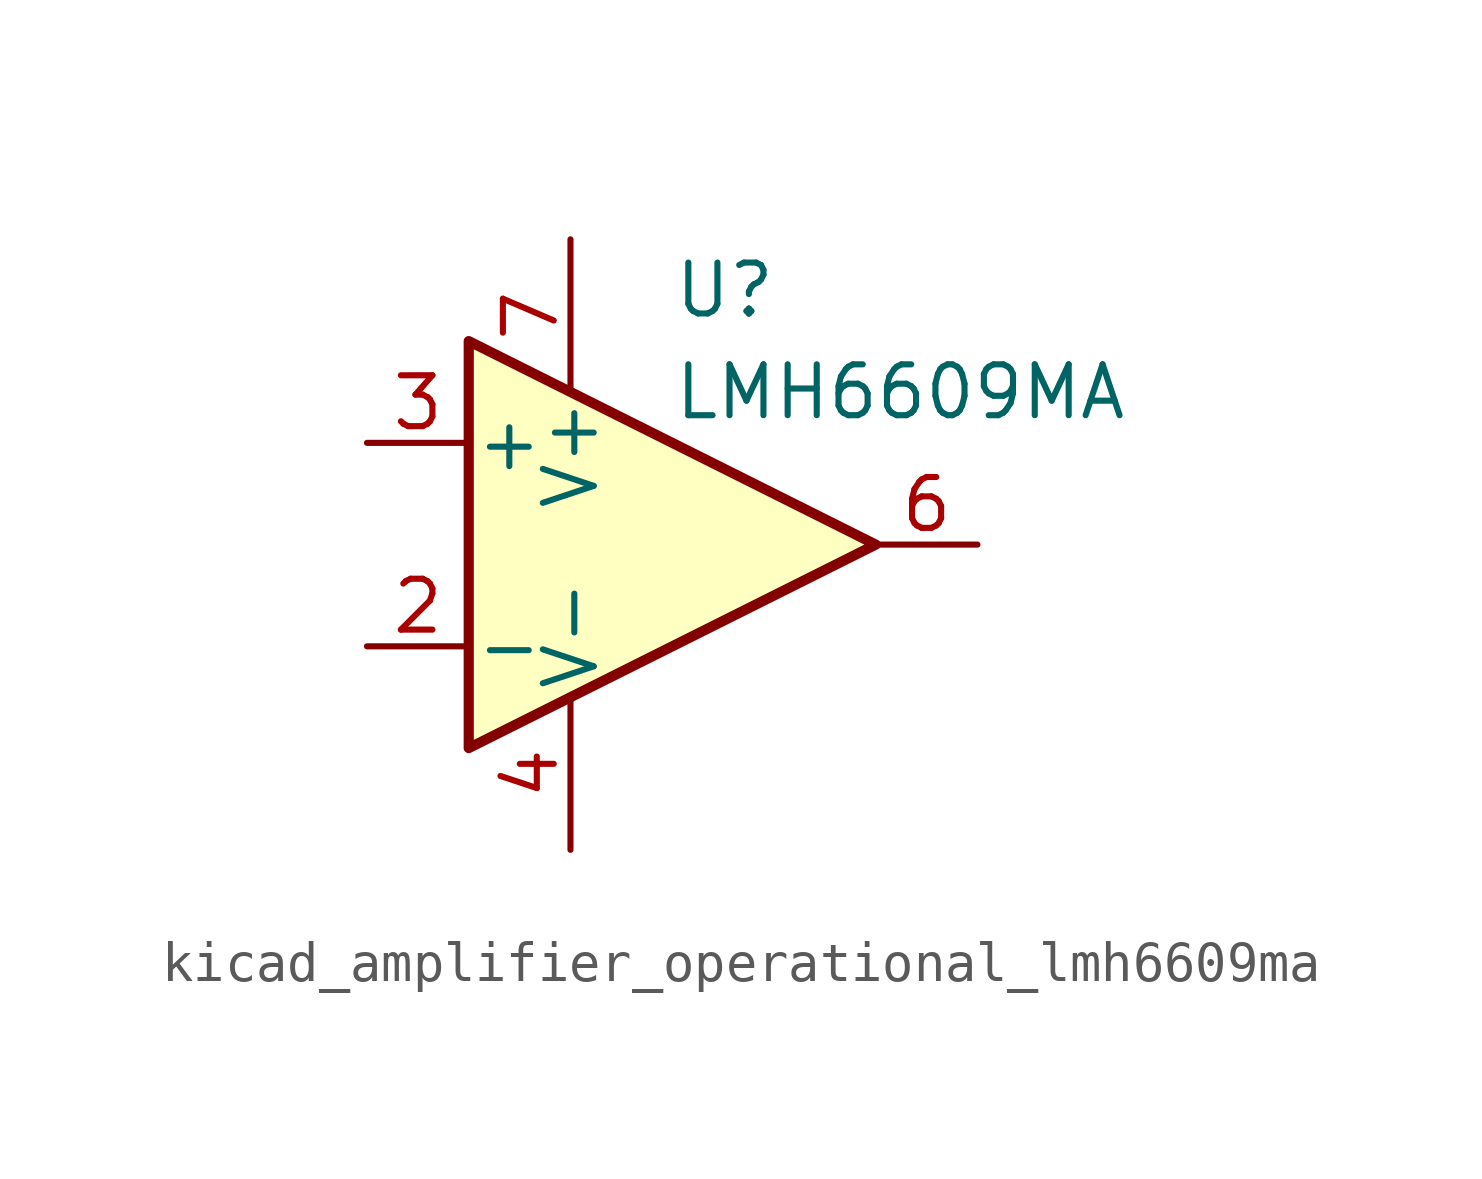
<source format=kicad_sym>
(kicad_symbol_lib
  (version 20220914)
  (generator kicad_symbol_editor)
  (symbol "kicad_amplifier_operational_lmh6609ma"
    (pin_names
      (offset 0.127))
    (property "Reference" "U"
      (at 0 6.35 0)
      (effects (font (size 1.27 1.27)) (justify left)))
    (property "Value" "LMH6609MA"
      (at 0 3.81 0)
      (effects (font (size 1.27 1.27)) (justify left)))
    (symbol "kicad_amplifier_operational_lmh6609ma_0_1"
      (polyline (pts (xy -5.08 5.08) (xy 5.08 0) (xy -5.08 -5.08) (xy -5.08 5.08)) (stroke (width 0.254) (type default)) (fill (type background))))
    (symbol "kicad_amplifier_operational_lmh6609ma_1_1"
      (pin no_connect line (at -2.54 2.54 270) (length 2.54) hide (name "NC" (effects (font (size 1.27 1.27)))) (number "1" (effects (font (size 1.27 1.27)))))
      (pin input line (at -7.62 -2.54 0) (length 2.54) (name "-" (effects (font (size 1.27 1.27)))) (number "2" (effects (font (size 1.27 1.27)))))
      (pin input line (at -7.62 2.54 0) (length 2.54) (name "+" (effects (font (size 1.27 1.27)))) (number "3" (effects (font (size 1.27 1.27)))))
      (pin power_in line (at -2.54 -7.62 90) (length 3.81) (name "V-" (effects (font (size 1.27 1.27)))) (number "4" (effects (font (size 1.27 1.27)))))
      (pin no_connect line (at 0 2.54 270) (length 2.54) hide (name "NC" (effects (font (size 1.27 1.27)))) (number "5" (effects (font (size 1.27 1.27)))))
      (pin output line (at 7.62 0 180) (length 2.54) (name "~" (effects (font (size 1.27 1.27)))) (number "6" (effects (font (size 1.27 1.27)))))
      (pin power_in line (at -2.54 7.62 270) (length 3.81) (name "V+" (effects (font (size 1.27 1.27)))) (number "7" (effects (font (size 1.27 1.27)))))
      (pin no_connect line (at 0 -2.54 90) (length 2.54) hide (name "NC" (effects (font (size 1.27 1.27)))) (number "8" (effects (font (size 1.27 1.27))))))))
</source>
